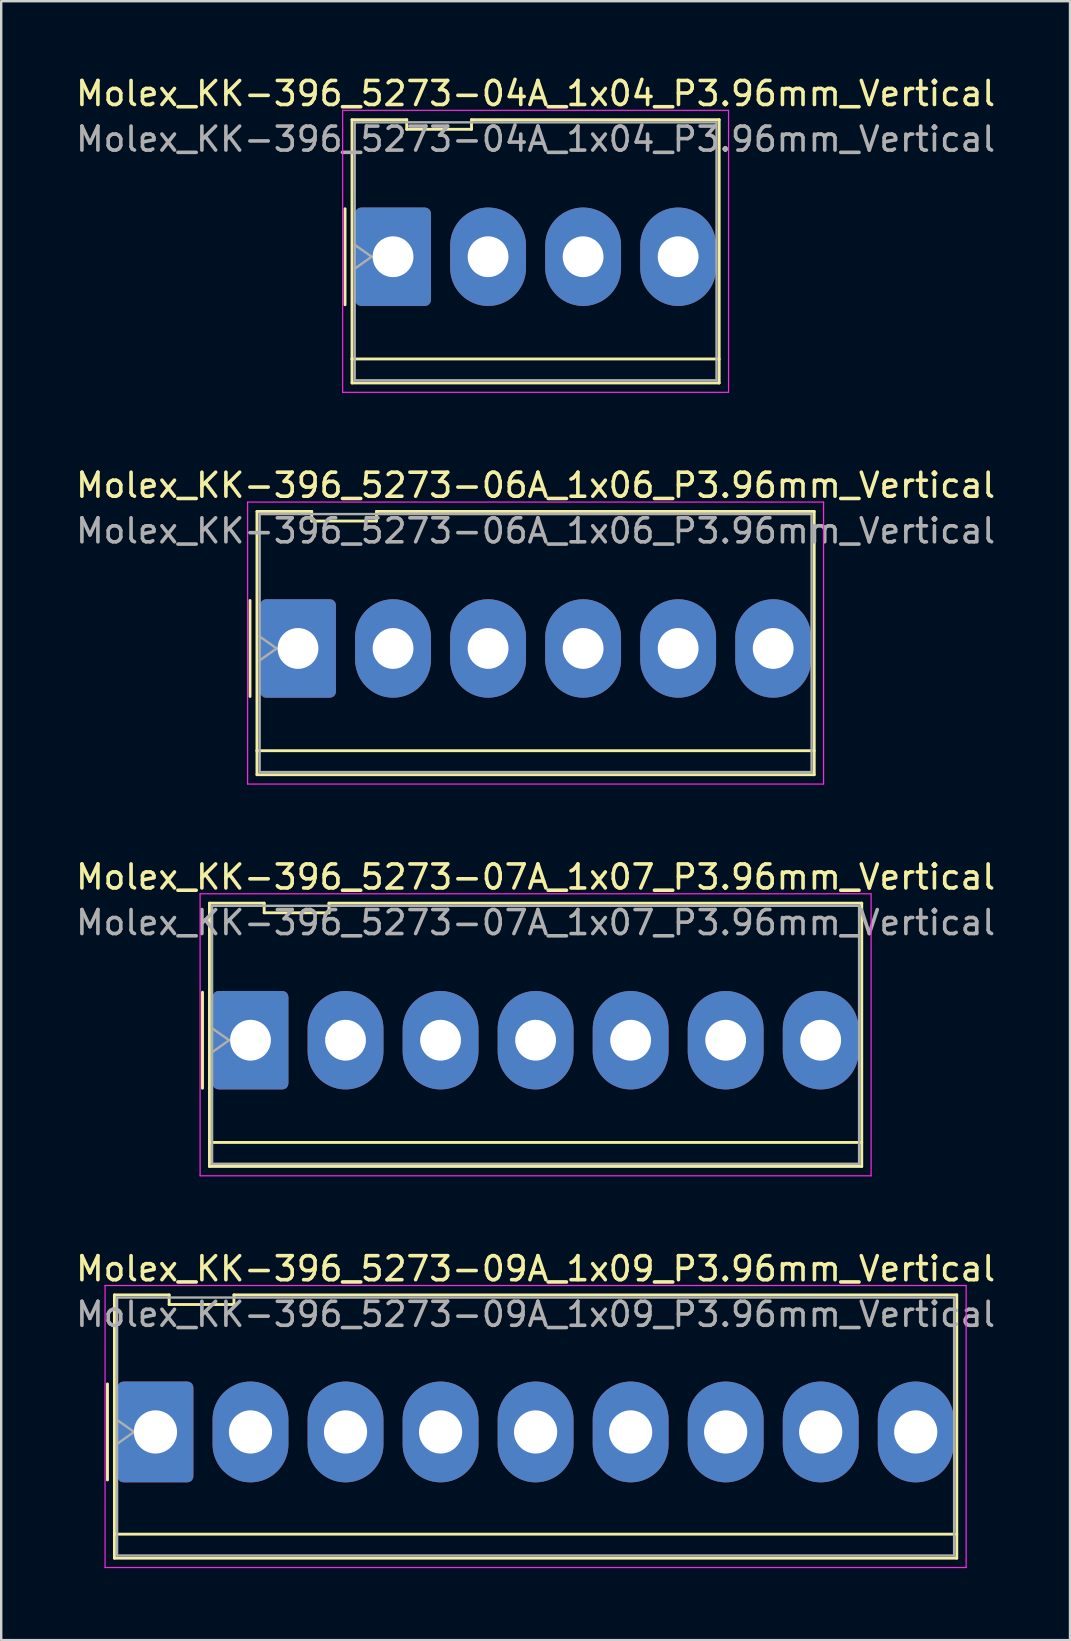
<source format=kicad_pcb>
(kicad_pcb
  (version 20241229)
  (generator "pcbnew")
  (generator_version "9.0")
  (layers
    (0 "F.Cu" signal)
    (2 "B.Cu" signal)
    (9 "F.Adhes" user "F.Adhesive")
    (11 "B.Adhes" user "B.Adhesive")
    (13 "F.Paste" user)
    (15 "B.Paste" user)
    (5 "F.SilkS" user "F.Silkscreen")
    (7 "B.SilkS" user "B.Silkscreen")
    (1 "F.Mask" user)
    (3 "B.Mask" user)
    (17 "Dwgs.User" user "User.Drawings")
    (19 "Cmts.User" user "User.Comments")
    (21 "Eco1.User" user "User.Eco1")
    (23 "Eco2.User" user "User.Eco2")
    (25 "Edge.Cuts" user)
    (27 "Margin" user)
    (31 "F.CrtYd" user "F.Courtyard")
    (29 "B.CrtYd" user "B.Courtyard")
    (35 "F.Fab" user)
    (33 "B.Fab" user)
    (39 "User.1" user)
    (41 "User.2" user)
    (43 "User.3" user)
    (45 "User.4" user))
  (footprint "Molex_KK-396_5273-06A_1x06_P3.96mm_Vertical"
    (layer "F.Cu")
    (at 9.368 23.971)
    (property "Reference" "Molex_KK-396_5273-06A_1x06_P3.96mm_Vertical" (at 9.9 -6.8 0) (layer "F.SilkS") (effects (font (size 1 1) (thickness 0.15))))
    (attr through_hole)
    (fp_line (start -2 -2) (end -2 2) (stroke (width 0.12) (type solid)) (layer "F.SilkS"))
    (fp_line (start -1.71 -5.71) (end 0.57 -5.71) (stroke (width 0.12) (type solid)) (layer "F.SilkS"))
    (fp_line (start -1.71 4.26) (end -1.71 -5.71) (stroke (width 0.12) (type solid)) (layer "F.SilkS"))
    (fp_line (start -1.71 4.26) (end 21.51 4.26) (stroke (width 0.12) (type solid)) (layer "F.SilkS"))
    (fp_line (start -1.71 5.26) (end -1.71 4.26) (stroke (width 0.12) (type solid)) (layer "F.SilkS"))
    (fp_line (start 0.57 -5.71) (end 0.57 -5.31) (stroke (width 0.12) (type solid)) (layer "F.SilkS"))
    (fp_line (start 0.57 -5.31) (end 3.27 -5.31) (stroke (width 0.12) (type solid)) (layer "F.SilkS"))
    (fp_line (start 3.27 -5.71) (end 21.51 -5.71) (stroke (width 0.12) (type solid)) (layer "F.SilkS"))
    (fp_line (start 3.27 -5.31) (end 3.27 -5.71) (stroke (width 0.12) (type solid)) (layer "F.SilkS"))
    (fp_line (start 21.51 -5.71) (end 21.51 5.26) (stroke (width 0.12) (type solid)) (layer "F.SilkS"))
    (fp_line (start 21.51 5.26) (end -1.71 5.26) (stroke (width 0.12) (type solid)) (layer "F.SilkS"))
    (fp_line (start -2.1 -6.1) (end -2.1 5.65) (stroke (width 0.05) (type solid)) (layer "F.CrtYd"))
    (fp_line (start -2.1 5.65) (end 21.9 5.65) (stroke (width 0.05) (type solid)) (layer "F.CrtYd"))
    (fp_line (start 21.9 -6.1) (end -2.1 -6.1) (stroke (width 0.05) (type solid)) (layer "F.CrtYd"))
    (fp_line (start 21.9 5.65) (end 21.9 -6.1) (stroke (width 0.05) (type solid)) (layer "F.CrtYd"))
    (fp_line (start -1.6 -5.6) (end 21.4 -5.6) (stroke (width 0.1) (type solid)) (layer "F.Fab"))
    (fp_line (start -1.6 -0.5) (end -0.893 0) (stroke (width 0.1) (type solid)) (layer "F.Fab"))
    (fp_line (start -1.6 5.15) (end -1.6 -5.6) (stroke (width 0.1) (type solid)) (layer "F.Fab"))
    (fp_line (start -0.893 0) (end -1.6 0.5) (stroke (width 0.1) (type solid)) (layer "F.Fab"))
    (fp_line (start 21.4 -5.6) (end 21.4 5.15) (stroke (width 0.1) (type solid)) (layer "F.Fab"))
    (fp_line (start 21.4 5.15) (end -1.6 5.15) (stroke (width 0.1) (type solid)) (layer "F.Fab"))
    (fp_text user "${REFERENCE}" (at 9.9 -4.9 0) (layer "F.Fab") (effects (font (size 1 1) (thickness 0.15))))
    (pad "1" thru_hole roundrect (at 0 0) (size 3.16 4.1) (drill 1.7) (layers "*.Cu" "*.Mask") (roundrect_rratio 0.079))
    (pad "2" thru_hole oval (at 3.96 0) (size 3.16 4.1) (drill 1.7) (layers "*.Cu" "*.Mask"))
    (pad "3" thru_hole oval (at 7.92 0) (size 3.16 4.1) (drill 1.7) (layers "*.Cu" "*.Mask"))
    (pad "4" thru_hole oval (at 11.88 0) (size 3.16 4.1) (drill 1.7) (layers "*.Cu" "*.Mask"))
    (pad "5" thru_hole oval (at 15.84 0) (size 3.16 4.1) (drill 1.7) (layers "*.Cu" "*.Mask"))
    (pad "6" thru_hole oval (at 19.8 0) (size 3.16 4.1) (drill 1.7) (layers "*.Cu" "*.Mask")))
  (footprint "Molex_KK-396_5273-04A_1x04_P3.96mm_Vertical"
    (layer "F.Cu")
    (at 13.328 7.648)
    (property "Reference" "Molex_KK-396_5273-04A_1x04_P3.96mm_Vertical" (at 5.94 -6.8 0) (layer "F.SilkS") (effects (font (size 1 1) (thickness 0.15))))
    (attr through_hole)
    (fp_line (start -2 -2) (end -2 2) (stroke (width 0.12) (type solid)) (layer "F.SilkS"))
    (fp_line (start -1.71 -5.71) (end 0.57 -5.71) (stroke (width 0.12) (type solid)) (layer "F.SilkS"))
    (fp_line (start -1.71 4.26) (end -1.71 -5.71) (stroke (width 0.12) (type solid)) (layer "F.SilkS"))
    (fp_line (start -1.71 4.26) (end 13.59 4.26) (stroke (width 0.12) (type solid)) (layer "F.SilkS"))
    (fp_line (start -1.71 5.26) (end -1.71 4.26) (stroke (width 0.12) (type solid)) (layer "F.SilkS"))
    (fp_line (start 0.57 -5.71) (end 0.57 -5.31) (stroke (width 0.12) (type solid)) (layer "F.SilkS"))
    (fp_line (start 0.57 -5.31) (end 3.27 -5.31) (stroke (width 0.12) (type solid)) (layer "F.SilkS"))
    (fp_line (start 3.27 -5.71) (end 13.59 -5.71) (stroke (width 0.12) (type solid)) (layer "F.SilkS"))
    (fp_line (start 3.27 -5.31) (end 3.27 -5.71) (stroke (width 0.12) (type solid)) (layer "F.SilkS"))
    (fp_line (start 13.59 -5.71) (end 13.59 5.26) (stroke (width 0.12) (type solid)) (layer "F.SilkS"))
    (fp_line (start 13.59 5.26) (end -1.71 5.26) (stroke (width 0.12) (type solid)) (layer "F.SilkS"))
    (fp_line (start -2.1 -6.1) (end -2.1 5.65) (stroke (width 0.05) (type solid)) (layer "F.CrtYd"))
    (fp_line (start -2.1 5.65) (end 13.98 5.65) (stroke (width 0.05) (type solid)) (layer "F.CrtYd"))
    (fp_line (start 13.98 -6.1) (end -2.1 -6.1) (stroke (width 0.05) (type solid)) (layer "F.CrtYd"))
    (fp_line (start 13.98 5.65) (end 13.98 -6.1) (stroke (width 0.05) (type solid)) (layer "F.CrtYd"))
    (fp_line (start -1.6 -5.6) (end 13.48 -5.6) (stroke (width 0.1) (type solid)) (layer "F.Fab"))
    (fp_line (start -1.6 -0.5) (end -0.893 0) (stroke (width 0.1) (type solid)) (layer "F.Fab"))
    (fp_line (start -1.6 5.15) (end -1.6 -5.6) (stroke (width 0.1) (type solid)) (layer "F.Fab"))
    (fp_line (start -0.893 0) (end -1.6 0.5) (stroke (width 0.1) (type solid)) (layer "F.Fab"))
    (fp_line (start 13.48 -5.6) (end 13.48 5.15) (stroke (width 0.1) (type solid)) (layer "F.Fab"))
    (fp_line (start 13.48 5.15) (end -1.6 5.15) (stroke (width 0.1) (type solid)) (layer "F.Fab"))
    (fp_text user "${REFERENCE}" (at 5.94 -4.9 0) (layer "F.Fab") (effects (font (size 1 1) (thickness 0.15))))
    (pad "1" thru_hole roundrect (at 0 0) (size 3.16 4.1) (drill 1.7) (layers "*.Cu" "*.Mask") (roundrect_rratio 0.079))
    (pad "2" thru_hole oval (at 3.96 0) (size 3.16 4.1) (drill 1.7) (layers "*.Cu" "*.Mask"))
    (pad "3" thru_hole oval (at 7.92 0) (size 3.16 4.1) (drill 1.7) (layers "*.Cu" "*.Mask"))
    (pad "4" thru_hole oval (at 11.88 0) (size 3.16 4.1) (drill 1.7) (layers "*.Cu" "*.Mask")))
  (footprint "Molex_KK-396_5273-09A_1x09_P3.96mm_Vertical"
    (layer "F.Cu")
    (at 3.428 56.618)
    (property "Reference" "Molex_KK-396_5273-09A_1x09_P3.96mm_Vertical" (at 15.84 -6.8 0) (layer "F.SilkS") (effects (font (size 1 1) (thickness 0.15))))
    (attr through_hole)
    (fp_line (start -2 -2) (end -2 2) (stroke (width 0.12) (type solid)) (layer "F.SilkS"))
    (fp_line (start -1.71 -5.71) (end 0.57 -5.71) (stroke (width 0.12) (type solid)) (layer "F.SilkS"))
    (fp_line (start -1.71 4.26) (end -1.71 -5.71) (stroke (width 0.12) (type solid)) (layer "F.SilkS"))
    (fp_line (start -1.71 4.26) (end 33.39 4.26) (stroke (width 0.12) (type solid)) (layer "F.SilkS"))
    (fp_line (start -1.71 5.26) (end -1.71 4.26) (stroke (width 0.12) (type solid)) (layer "F.SilkS"))
    (fp_line (start 0.57 -5.71) (end 0.57 -5.31) (stroke (width 0.12) (type solid)) (layer "F.SilkS"))
    (fp_line (start 0.57 -5.31) (end 3.27 -5.31) (stroke (width 0.12) (type solid)) (layer "F.SilkS"))
    (fp_line (start 3.27 -5.71) (end 33.39 -5.71) (stroke (width 0.12) (type solid)) (layer "F.SilkS"))
    (fp_line (start 3.27 -5.31) (end 3.27 -5.71) (stroke (width 0.12) (type solid)) (layer "F.SilkS"))
    (fp_line (start 33.39 -5.71) (end 33.39 5.26) (stroke (width 0.12) (type solid)) (layer "F.SilkS"))
    (fp_line (start 33.39 5.26) (end -1.71 5.26) (stroke (width 0.12) (type solid)) (layer "F.SilkS"))
    (fp_line (start -2.1 -6.1) (end -2.1 5.65) (stroke (width 0.05) (type solid)) (layer "F.CrtYd"))
    (fp_line (start -2.1 5.65) (end 33.78 5.65) (stroke (width 0.05) (type solid)) (layer "F.CrtYd"))
    (fp_line (start 33.78 -6.1) (end -2.1 -6.1) (stroke (width 0.05) (type solid)) (layer "F.CrtYd"))
    (fp_line (start 33.78 5.65) (end 33.78 -6.1) (stroke (width 0.05) (type solid)) (layer "F.CrtYd"))
    (fp_line (start -1.6 -5.6) (end 33.28 -5.6) (stroke (width 0.1) (type solid)) (layer "F.Fab"))
    (fp_line (start -1.6 -0.5) (end -0.893 0) (stroke (width 0.1) (type solid)) (layer "F.Fab"))
    (fp_line (start -1.6 5.15) (end -1.6 -5.6) (stroke (width 0.1) (type solid)) (layer "F.Fab"))
    (fp_line (start -0.893 0) (end -1.6 0.5) (stroke (width 0.1) (type solid)) (layer "F.Fab"))
    (fp_line (start 33.28 -5.6) (end 33.28 5.15) (stroke (width 0.1) (type solid)) (layer "F.Fab"))
    (fp_line (start 33.28 5.15) (end -1.6 5.15) (stroke (width 0.1) (type solid)) (layer "F.Fab"))
    (fp_text user "${REFERENCE}" (at 15.84 -4.9 0) (layer "F.Fab") (effects (font (size 1 1) (thickness 0.15))))
    (pad "1" thru_hole roundrect (at 0 0) (size 3.16 4.2) (drill 1.8) (layers "*.Cu" "*.Mask") (roundrect_rratio 0.079))
    (pad "2" thru_hole oval (at 3.96 0) (size 3.16 4.2) (drill 1.8) (layers "*.Cu" "*.Mask"))
    (pad "3" thru_hole oval (at 7.92 0) (size 3.16 4.2) (drill 1.8) (layers "*.Cu" "*.Mask"))
    (pad "4" thru_hole oval (at 11.88 0) (size 3.16 4.2) (drill 1.8) (layers "*.Cu" "*.Mask"))
    (pad "5" thru_hole oval (at 15.84 0) (size 3.16 4.2) (drill 1.8) (layers "*.Cu" "*.Mask"))
    (pad "6" thru_hole oval (at 19.8 0) (size 3.16 4.2) (drill 1.8) (layers "*.Cu" "*.Mask"))
    (pad "7" thru_hole oval (at 23.76 0) (size 3.16 4.2) (drill 1.8) (layers "*.Cu" "*.Mask"))
    (pad "8" thru_hole oval (at 27.72 0) (size 3.16 4.2) (drill 1.8) (layers "*.Cu" "*.Mask"))
    (pad "9" thru_hole oval (at 31.68 0) (size 3.16 4.2) (drill 1.8) (layers "*.Cu" "*.Mask")))
  (footprint "Molex_KK-396_5273-07A_1x07_P3.96mm_Vertical"
    (layer "F.Cu")
    (at 7.388 40.295)
    (property "Reference" "Molex_KK-396_5273-07A_1x07_P3.96mm_Vertical" (at 11.88 -6.8 0) (layer "F.SilkS") (effects (font (size 1 1) (thickness 0.15))))
    (attr through_hole)
    (fp_line (start -2 -2) (end -2 2) (stroke (width 0.12) (type solid)) (layer "F.SilkS"))
    (fp_line (start -1.71 -5.71) (end 0.57 -5.71) (stroke (width 0.12) (type solid)) (layer "F.SilkS"))
    (fp_line (start -1.71 4.26) (end -1.71 -5.71) (stroke (width 0.12) (type solid)) (layer "F.SilkS"))
    (fp_line (start -1.71 4.26) (end 25.47 4.26) (stroke (width 0.12) (type solid)) (layer "F.SilkS"))
    (fp_line (start -1.71 5.26) (end -1.71 4.26) (stroke (width 0.12) (type solid)) (layer "F.SilkS"))
    (fp_line (start 0.57 -5.71) (end 0.57 -5.31) (stroke (width 0.12) (type solid)) (layer "F.SilkS"))
    (fp_line (start 0.57 -5.31) (end 3.27 -5.31) (stroke (width 0.12) (type solid)) (layer "F.SilkS"))
    (fp_line (start 3.27 -5.71) (end 25.47 -5.71) (stroke (width 0.12) (type solid)) (layer "F.SilkS"))
    (fp_line (start 3.27 -5.31) (end 3.27 -5.71) (stroke (width 0.12) (type solid)) (layer "F.SilkS"))
    (fp_line (start 25.47 -5.71) (end 25.47 5.26) (stroke (width 0.12) (type solid)) (layer "F.SilkS"))
    (fp_line (start 25.47 5.26) (end -1.71 5.26) (stroke (width 0.12) (type solid)) (layer "F.SilkS"))
    (fp_line (start -2.1 -6.1) (end -2.1 5.65) (stroke (width 0.05) (type solid)) (layer "F.CrtYd"))
    (fp_line (start -2.1 5.65) (end 25.86 5.65) (stroke (width 0.05) (type solid)) (layer "F.CrtYd"))
    (fp_line (start 25.86 -6.1) (end -2.1 -6.1) (stroke (width 0.05) (type solid)) (layer "F.CrtYd"))
    (fp_line (start 25.86 5.65) (end 25.86 -6.1) (stroke (width 0.05) (type solid)) (layer "F.CrtYd"))
    (fp_line (start -1.6 -5.6) (end 25.36 -5.6) (stroke (width 0.1) (type solid)) (layer "F.Fab"))
    (fp_line (start -1.6 -0.5) (end -0.893 0) (stroke (width 0.1) (type solid)) (layer "F.Fab"))
    (fp_line (start -1.6 5.15) (end -1.6 -5.6) (stroke (width 0.1) (type solid)) (layer "F.Fab"))
    (fp_line (start -0.893 0) (end -1.6 0.5) (stroke (width 0.1) (type solid)) (layer "F.Fab"))
    (fp_line (start 25.36 -5.6) (end 25.36 5.15) (stroke (width 0.1) (type solid)) (layer "F.Fab"))
    (fp_line (start 25.36 5.15) (end -1.6 5.15) (stroke (width 0.1) (type solid)) (layer "F.Fab"))
    (fp_text user "${REFERENCE}" (at 11.88 -4.9 0) (layer "F.Fab") (effects (font (size 1 1) (thickness 0.15))))
    (pad "1" thru_hole roundrect (at 0 0) (size 3.16 4.1) (drill 1.7) (layers "*.Cu" "*.Mask") (roundrect_rratio 0.079))
    (pad "2" thru_hole oval (at 3.96 0) (size 3.16 4.1) (drill 1.7) (layers "*.Cu" "*.Mask"))
    (pad "3" thru_hole oval (at 7.92 0) (size 3.16 4.1) (drill 1.7) (layers "*.Cu" "*.Mask"))
    (pad "4" thru_hole oval (at 11.88 0) (size 3.16 4.1) (drill 1.7) (layers "*.Cu" "*.Mask"))
    (pad "5" thru_hole oval (at 15.84 0) (size 3.16 4.1) (drill 1.7) (layers "*.Cu" "*.Mask"))
    (pad "6" thru_hole oval (at 19.8 0) (size 3.16 4.1) (drill 1.7) (layers "*.Cu" "*.Mask"))
    (pad "7" thru_hole oval (at 23.76 0) (size 3.16 4.1) (drill 1.7) (layers "*.Cu" "*.Mask")))
  (gr_rect
    (start -3 -3)
    (end 41.536 65.293)
    (stroke (width 0.1) (type default))
    (fill no)
    (layer "Edge.Cuts")))
</source>
